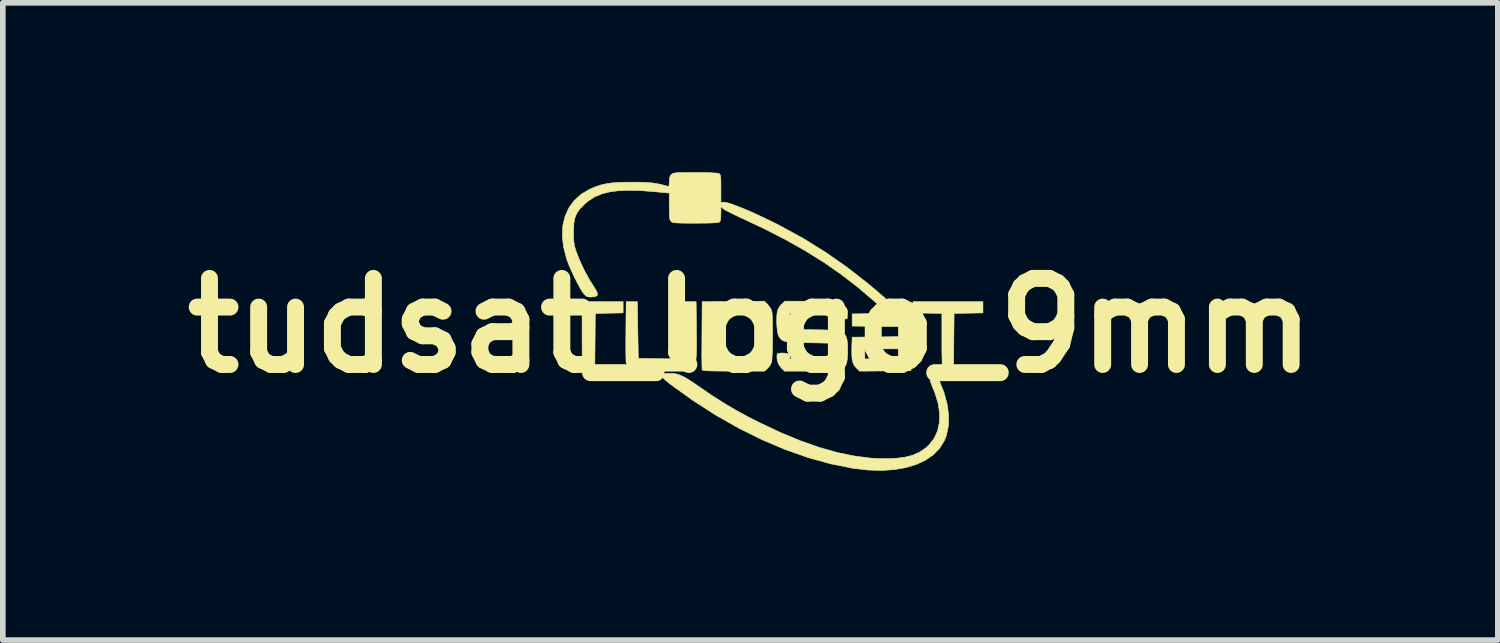
<source format=kicad_pcb>
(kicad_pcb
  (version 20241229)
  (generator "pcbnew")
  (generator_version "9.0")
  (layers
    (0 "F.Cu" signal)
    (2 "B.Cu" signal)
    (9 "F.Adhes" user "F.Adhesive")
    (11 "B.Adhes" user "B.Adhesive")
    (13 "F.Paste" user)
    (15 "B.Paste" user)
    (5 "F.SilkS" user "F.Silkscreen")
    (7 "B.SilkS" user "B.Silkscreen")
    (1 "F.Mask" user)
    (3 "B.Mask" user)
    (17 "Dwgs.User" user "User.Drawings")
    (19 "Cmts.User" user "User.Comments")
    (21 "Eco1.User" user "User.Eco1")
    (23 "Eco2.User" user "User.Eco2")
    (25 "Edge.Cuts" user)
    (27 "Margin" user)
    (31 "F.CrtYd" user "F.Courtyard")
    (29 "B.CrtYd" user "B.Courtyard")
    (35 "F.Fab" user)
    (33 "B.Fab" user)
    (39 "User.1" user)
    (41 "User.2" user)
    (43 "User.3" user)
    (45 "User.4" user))
  (footprint "tudsat_logo_9mm"
    (layer "F.Cu")
    (at 10.24 2.716)
    (property "Reference" "tudsat_logo_9mm" (at 0 0 0) (layer "F.SilkS") (effects (font (size 1.524 1.524) (thickness 0.3))))
    (attr through_hole)
    (fp_poly (pts (xy -2.253 -0.224) (xy -2.499 -0.219) (xy -2.746 -0.214) (xy -2.755 0.799) (xy -2.855 0.804) (xy -2.912 0.805) (xy -2.953 0.801) (xy -2.967 0.797) (xy -2.97 0.776) (xy -2.973 0.724) (xy -2.976 0.646) (xy -2.978 0.546) (xy -2.979 0.429) (xy -2.98 0.299) (xy -2.98 0.285) (xy -2.98 -0.214) (xy -3.227 -0.219) (xy -3.473 -0.224) (xy -3.473 -0.422) (xy -2.253 -0.422) (xy -2.253 -0.224)) (stroke (width 0.01) (type solid)) (fill yes) (layer "F.SilkS"))
    (fp_poly (pts (xy 4.12 -0.224) (xy 3.864 -0.219) (xy 3.609 -0.214) (xy 3.604 0.292) (xy 3.599 0.799) (xy 3.509 0.804) (xy 3.454 0.805) (xy 3.416 0.801) (xy 3.405 0.797) (xy 3.402 0.776) (xy 3.399 0.724) (xy 3.397 0.646) (xy 3.395 0.546) (xy 3.393 0.429) (xy 3.393 0.299) (xy 3.393 0.285) (xy 3.393 -0.214) (xy 3.137 -0.219) (xy 2.881 -0.224) (xy 2.881 -0.422) (xy 4.12 -0.422) (xy 4.12 -0.224)) (stroke (width 0.01) (type solid)) (fill yes) (layer "F.SilkS"))
    (fp_poly (pts (xy -1.993 0.081) (xy -1.984 0.583) (xy -1.584 0.588) (xy -1.185 0.593) (xy -1.181 0.086) (xy -1.176 -0.422) (xy -0.96 -0.422) (xy -0.955 0.054) (xy -0.953 0.219) (xy -0.953 0.353) (xy -0.954 0.458) (xy -0.958 0.54) (xy -0.963 0.603) (xy -0.972 0.649) (xy -0.985 0.685) (xy -1.001 0.713) (xy -1.021 0.737) (xy -1.032 0.748) (xy -1.091 0.808) (xy -2.079 0.808) (xy -2.135 0.753) (xy -2.172 0.709) (xy -2.196 0.668) (xy -2.199 0.658) (xy -2.202 0.631) (xy -2.203 0.572) (xy -2.205 0.488) (xy -2.205 0.382) (xy -2.205 0.26) (xy -2.204 0.127) (xy -2.204 0.099) (xy -2.199 -0.422) (xy -2.001 -0.422) (xy -1.993 0.081)) (stroke (width 0.01) (type solid)) (fill yes) (layer "F.SilkS"))
    (fp_poly (pts (xy 2.491 -0.211) (xy 2.581 -0.208) (xy 2.649 -0.201) (xy 2.7 -0.189) (xy 2.738 -0.172) (xy 2.769 -0.149) (xy 2.796 -0.118) (xy 2.808 -0.102) (xy 2.82 -0.084) (xy 2.829 -0.063) (xy 2.835 -0.035) (xy 2.84 0.005) (xy 2.843 0.063) (xy 2.844 0.142) (xy 2.845 0.248) (xy 2.845 0.374) (xy 2.845 0.799) (xy 2.39 0.804) (xy 1.936 0.808) (xy 1.876 0.749) (xy 1.841 0.707) (xy 1.818 0.658) (xy 1.803 0.596) (xy 1.797 0.513) (xy 1.797 0.413) (xy 2.028 0.413) (xy 2.028 0.592) (xy 2.621 0.592) (xy 2.621 0.413) (xy 2.028 0.413) (xy 1.797 0.413) (xy 1.797 0.402) (xy 1.798 0.368) (xy 1.804 0.206) (xy 2.212 0.202) (xy 2.621 0.197) (xy 2.621 0.019) (xy 2.212 0.014) (xy 1.804 0.009) (xy 1.804 -0.206) (xy 2.226 -0.211) (xy 2.374 -0.212) (xy 2.491 -0.211)) (stroke (width 0.01) (type solid)) (fill yes) (layer "F.SilkS"))
    (fp_poly (pts (xy 0.311 -0.37) (xy 0.364 -0.298) (xy 0.383 -0.24) (xy 0.388 -0.191) (xy 0.391 -0.116) (xy 0.393 -0.021) (xy 0.394 0.088) (xy 0.394 0.203) (xy 0.393 0.319) (xy 0.391 0.427) (xy 0.387 0.521) (xy 0.383 0.595) (xy 0.378 0.642) (xy 0.376 0.65) (xy 0.349 0.706) (xy 0.308 0.757) (xy 0.303 0.762) (xy 0.249 0.808) (xy -0.298 0.808) (xy -0.461 0.807) (xy -0.591 0.806) (xy -0.691 0.804) (xy -0.764 0.801) (xy -0.813 0.797) (xy -0.842 0.792) (xy -0.853 0.785) (xy -0.853 0.785) (xy -0.855 0.762) (xy -0.857 0.708) (xy -0.858 0.627) (xy -0.859 0.523) (xy -0.859 0.4) (xy -0.858 0.386) (xy -0.643 0.386) (xy -0.643 0.471) (xy -0.641 0.533) (xy -0.639 0.566) (xy -0.638 0.569) (xy -0.627 0.577) (xy -0.597 0.583) (xy -0.545 0.588) (xy -0.468 0.59) (xy -0.362 0.592) (xy -0.234 0.592) (xy 0.162 0.592) (xy 0.162 -0.216) (xy -0.238 -0.211) (xy -0.637 -0.206) (xy -0.642 0.17) (xy -0.643 0.284) (xy -0.643 0.386) (xy -0.858 0.386) (xy -0.858 0.264) (xy -0.857 0.17) (xy -0.853 -0.422) (xy 0.25 -0.431) (xy 0.311 -0.37)) (stroke (width 0.01) (type solid)) (fill yes) (layer "F.SilkS"))
    (fp_poly (pts (xy 3.268 0.842) (xy 3.301 0.885) (xy 3.34 0.96) (xy 3.342 0.965) (xy 3.43 1.186) (xy 3.487 1.397) (xy 3.513 1.595) (xy 3.508 1.779) (xy 3.472 1.948) (xy 3.434 2.043) (xy 3.353 2.174) (xy 3.242 2.288) (xy 3.104 2.383) (xy 2.941 2.46) (xy 2.755 2.516) (xy 2.548 2.552) (xy 2.323 2.567) (xy 2.081 2.559) (xy 1.826 2.53) (xy 1.822 2.529) (xy 1.429 2.451) (xy 1.027 2.34) (xy 0.62 2.197) (xy 0.21 2.023) (xy -0.201 1.82) (xy -0.61 1.588) (xy -1.014 1.328) (xy -1.361 1.08) (xy -1.445 1.016) (xy -1.503 0.968) (xy -1.538 0.934) (xy -1.556 0.908) (xy -1.558 0.891) (xy -1.551 0.869) (xy -1.53 0.857) (xy -1.489 0.85) (xy -1.443 0.847) (xy -1.373 0.848) (xy -1.307 0.858) (xy -1.238 0.881) (xy -1.161 0.918) (xy -1.07 0.973) (xy -0.959 1.048) (xy -0.92 1.074) (xy -0.691 1.232) (xy -0.475 1.37) (xy -0.261 1.497) (xy -0.036 1.62) (xy 0.171 1.724) (xy 0.541 1.898) (xy 0.891 2.043) (xy 1.225 2.16) (xy 1.542 2.25) (xy 1.846 2.312) (xy 2.138 2.349) (xy 2.378 2.359) (xy 2.571 2.353) (xy 2.735 2.333) (xy 2.875 2.297) (xy 2.996 2.243) (xy 3.103 2.171) (xy 3.166 2.114) (xy 3.256 1.999) (xy 3.317 1.865) (xy 3.349 1.715) (xy 3.352 1.552) (xy 3.326 1.377) (xy 3.27 1.193) (xy 3.231 1.1) (xy 3.193 1.001) (xy 3.179 0.923) (xy 3.187 0.866) (xy 3.204 0.844) (xy 3.236 0.829) (xy 3.268 0.842)) (stroke (width 0.01) (type solid)) (fill yes) (layer "F.SilkS"))
    (fp_poly (pts (xy 1.655 -0.36) (xy 1.696 -0.316) (xy 1.716 -0.281) (xy 1.721 -0.241) (xy 1.72 -0.203) (xy 1.714 -0.117) (xy 1.616 -0.117) (xy 1.559 -0.118) (xy 1.528 -0.125) (xy 1.514 -0.143) (xy 1.508 -0.162) (xy 1.497 -0.206) (xy 1.099 -0.211) (xy 0.7 -0.216) (xy 0.7 0.069) (xy 1.135 0.075) (xy 1.283 0.077) (xy 1.399 0.081) (xy 1.489 0.086) (xy 1.555 0.094) (xy 1.603 0.106) (xy 1.638 0.122) (xy 1.663 0.145) (xy 1.684 0.174) (xy 1.697 0.199) (xy 1.712 0.248) (xy 1.721 0.321) (xy 1.725 0.409) (xy 1.724 0.5) (xy 1.718 0.586) (xy 1.707 0.657) (xy 1.691 0.703) (xy 1.69 0.705) (xy 1.671 0.734) (xy 1.652 0.757) (xy 1.629 0.775) (xy 1.598 0.787) (xy 1.555 0.796) (xy 1.496 0.802) (xy 1.415 0.805) (xy 1.31 0.807) (xy 1.175 0.807) (xy 1.098 0.807) (xy 0.607 0.808) (xy 0.547 0.748) (xy 0.5 0.685) (xy 0.476 0.61) (xy 0.475 0.603) (xy 0.471 0.545) (xy 0.476 0.507) (xy 0.48 0.5) (xy 0.507 0.491) (xy 0.556 0.487) (xy 0.594 0.488) (xy 0.65 0.493) (xy 0.68 0.502) (xy 0.693 0.52) (xy 0.697 0.543) (xy 0.703 0.593) (xy 1.499 0.583) (xy 1.499 0.314) (xy 1.059 0.305) (xy 0.915 0.302) (xy 0.802 0.298) (xy 0.715 0.294) (xy 0.651 0.287) (xy 0.604 0.277) (xy 0.57 0.263) (xy 0.545 0.244) (xy 0.523 0.219) (xy 0.507 0.196) (xy 0.491 0.154) (xy 0.478 0.087) (xy 0.47 0.004) (xy 0.467 -0.086) (xy 0.469 -0.173) (xy 0.475 -0.227) (xy 0.494 -0.298) (xy 0.533 -0.355) (xy 0.55 -0.372) (xy 0.613 -0.431) (xy 1.584 -0.431) (xy 1.655 -0.36)) (stroke (width 0.01) (type solid)) (fill yes) (layer "F.SilkS"))
    (fp_poly (pts (xy -0.845 -2.71) (xy -0.733 -2.707) (xy -0.644 -2.703) (xy -0.584 -2.698) (xy -0.555 -2.692) (xy -0.541 -2.682) (xy -0.532 -2.665) (xy -0.526 -2.634) (xy -0.522 -2.585) (xy -0.521 -2.511) (xy -0.521 -2.425) (xy -0.521 -2.177) (xy -0.477 -2.185) (xy -0.437 -2.182) (xy -0.369 -2.164) (xy -0.277 -2.132) (xy -0.165 -2.089) (xy -0.038 -2.036) (xy 0.101 -1.974) (xy 0.248 -1.905) (xy 0.399 -1.832) (xy 0.52 -1.771) (xy 0.937 -1.543) (xy 1.33 -1.299) (xy 1.709 -1.035) (xy 2.081 -0.745) (xy 2.289 -0.57) (xy 2.372 -0.497) (xy 2.431 -0.443) (xy 2.47 -0.403) (xy 2.492 -0.373) (xy 2.502 -0.348) (xy 2.504 -0.331) (xy 2.5 -0.295) (xy 2.48 -0.279) (xy 2.441 -0.273) (xy 2.414 -0.273) (xy 2.388 -0.28) (xy 2.356 -0.297) (xy 2.313 -0.329) (xy 2.255 -0.378) (xy 2.181 -0.444) (xy 1.899 -0.683) (xy 1.606 -0.909) (xy 1.299 -1.122) (xy 0.973 -1.325) (xy 0.623 -1.522) (xy 0.247 -1.715) (xy -0.156 -1.904) (xy -0.252 -1.949) (xy -0.339 -1.991) (xy -0.411 -2.028) (xy -0.461 -2.056) (xy -0.48 -2.069) (xy -0.521 -2.106) (xy -0.521 -1.981) (xy -0.524 -1.91) (xy -0.532 -1.857) (xy -0.542 -1.835) (xy -0.562 -1.827) (xy -0.607 -1.821) (xy -0.678 -1.817) (xy -0.78 -1.814) (xy -0.913 -1.813) (xy -0.97 -1.813) (xy -1.102 -1.813) (xy -1.203 -1.814) (xy -1.277 -1.816) (xy -1.329 -1.819) (xy -1.364 -1.824) (xy -1.387 -1.831) (xy -1.401 -1.841) (xy -1.406 -1.846) (xy -1.419 -1.866) (xy -1.428 -1.897) (xy -1.433 -1.946) (xy -1.435 -2.019) (xy -1.436 -2.112) (xy -1.436 -2.346) (xy -1.701 -2.371) (xy -1.942 -2.39) (xy -2.152 -2.395) (xy -2.336 -2.388) (xy -2.495 -2.367) (xy -2.633 -2.331) (xy -2.755 -2.28) (xy -2.861 -2.213) (xy -2.943 -2.145) (xy -3.018 -2.067) (xy -3.071 -1.993) (xy -3.105 -1.914) (xy -3.124 -1.821) (xy -3.131 -1.706) (xy -3.132 -1.651) (xy -3.13 -1.553) (xy -3.125 -1.478) (xy -3.115 -1.414) (xy -3.097 -1.35) (xy -3.081 -1.301) (xy -3.02 -1.147) (xy -2.942 -0.981) (xy -2.854 -0.819) (xy -2.779 -0.7) (xy -2.732 -0.624) (xy -2.708 -0.571) (xy -2.709 -0.537) (xy -2.734 -0.518) (xy -2.786 -0.508) (xy -2.807 -0.506) (xy -2.863 -0.506) (xy -2.901 -0.518) (xy -2.937 -0.549) (xy -2.944 -0.557) (xy -2.977 -0.601) (xy -3.02 -0.672) (xy -3.068 -0.761) (xy -3.118 -0.861) (xy -3.167 -0.966) (xy -3.211 -1.067) (xy -3.246 -1.158) (xy -3.257 -1.19) (xy -3.309 -1.395) (xy -3.33 -1.589) (xy -3.321 -1.77) (xy -3.281 -1.936) (xy -3.213 -2.086) (xy -3.117 -2.217) (xy -2.992 -2.328) (xy -2.848 -2.413) (xy -2.75 -2.455) (xy -2.655 -2.488) (xy -2.554 -2.511) (xy -2.442 -2.527) (xy -2.311 -2.536) (xy -2.154 -2.539) (xy -2.091 -2.539) (xy -1.947 -2.538) (xy -1.83 -2.533) (xy -1.732 -2.525) (xy -1.645 -2.512) (xy -1.561 -2.493) (xy -1.471 -2.468) (xy -1.467 -2.466) (xy -1.449 -2.466) (xy -1.439 -2.483) (xy -1.436 -2.525) (xy -1.436 -2.548) (xy -1.431 -2.616) (xy -1.412 -2.66) (xy -1.4 -2.675) (xy -1.386 -2.686) (xy -1.368 -2.695) (xy -1.341 -2.702) (xy -1.301 -2.706) (xy -1.241 -2.709) (xy -1.158 -2.71) (xy -1.046 -2.71) (xy -0.977 -2.711) (xy -0.845 -2.71)) (stroke (width 0.01) (type solid)) (fill yes) (layer "F.SilkS")))
  (gr_rect
    (start -3 -3)
    (end 23.48 8.287)
    (stroke (width 0.1) (type default))
    (fill no)
    (layer "Edge.Cuts")))
</source>
